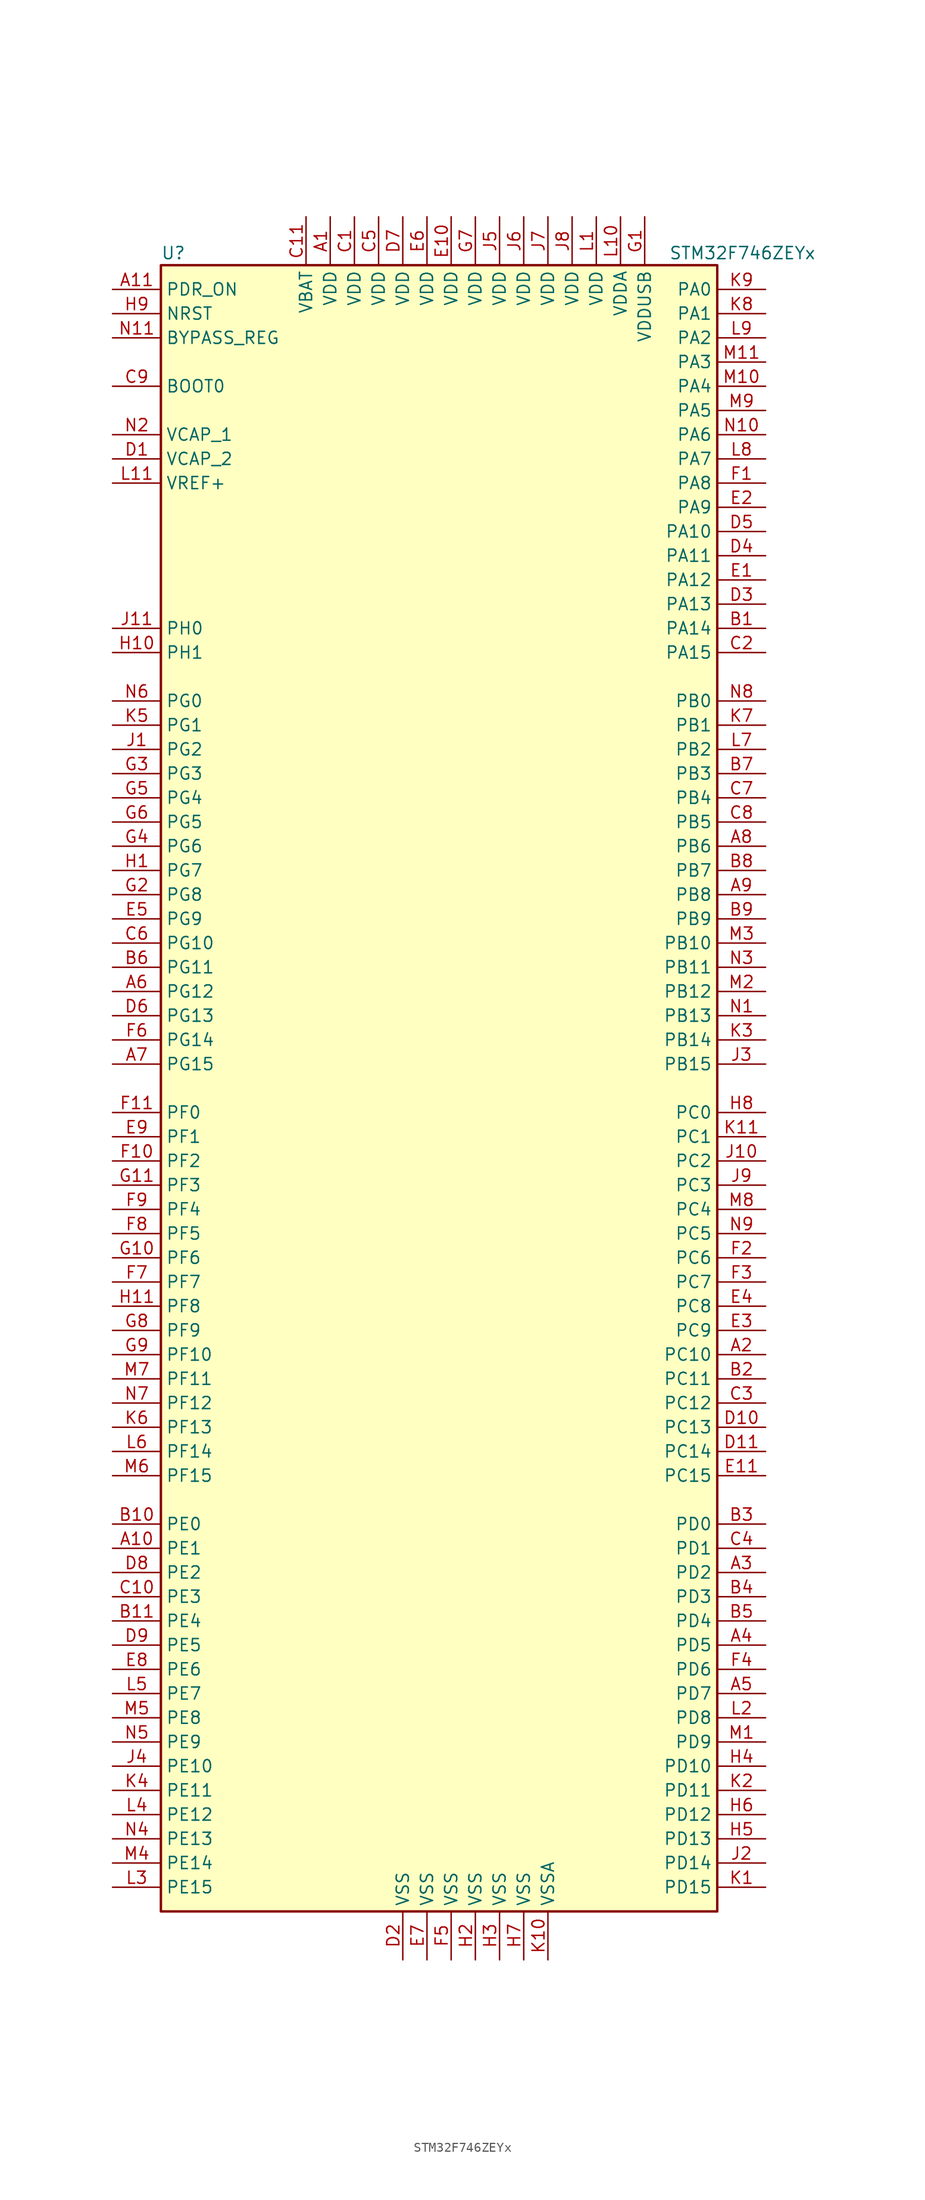
<source format=kicad_sym>
(kicad_symbol_lib
  (version 20201005)
  (generator kicad_symbol_editor)
  (symbol "STM32F746ZEYx"
    (property "Reference" "U"
      (at -30.48 87.63 0)
      (effects (font (size 1.27 1.27)) (justify left)))
    (property "Value" "STM32F746ZEYx"
      (at 22.86 87.63 0)
      (effects (font (size 1.27 1.27)) (justify left)))
    (symbol "STM32F746ZEYx_0_1"
      (rectangle (start -30.48 -86.36) (end 27.94 86.36) (stroke (width 0.254)) (fill (type background))))
    (symbol "STM32F746ZEYx_1_1"
      (pin input line (at -35.56 73.66 0) (length 5.08) (name "BOOT0" (effects (font (size 1.27 1.27)))) (number "C9" (effects (font (size 1.27 1.27)))))
      (pin input line (at -35.56 78.74 0) (length 5.08) (name "BYPASS_REG" (effects (font (size 1.27 1.27)))) (number "N11" (effects (font (size 1.27 1.27)))))
      (pin input line (at -35.56 81.28 0) (length 5.08) (name "NRST" (effects (font (size 1.27 1.27)))) (number "H9" (effects (font (size 1.27 1.27)))))
      (pin bidirectional line (at 33.02 83.82 180) (length 5.08) (name "PA0" (effects (font (size 1.27 1.27)))) (number "K9" (effects (font (size 1.27 1.27)))))
      (pin bidirectional line (at 33.02 81.28 180) (length 5.08) (name "PA1" (effects (font (size 1.27 1.27)))) (number "K8" (effects (font (size 1.27 1.27)))))
      (pin bidirectional line (at 33.02 58.42 180) (length 5.08) (name "PA10" (effects (font (size 1.27 1.27)))) (number "D5" (effects (font (size 1.27 1.27)))))
      (pin bidirectional line (at 33.02 55.88 180) (length 5.08) (name "PA11" (effects (font (size 1.27 1.27)))) (number "D4" (effects (font (size 1.27 1.27)))))
      (pin bidirectional line (at 33.02 53.34 180) (length 5.08) (name "PA12" (effects (font (size 1.27 1.27)))) (number "E1" (effects (font (size 1.27 1.27)))))
      (pin bidirectional line (at 33.02 50.8 180) (length 5.08) (name "PA13" (effects (font (size 1.27 1.27)))) (number "D3" (effects (font (size 1.27 1.27)))))
      (pin bidirectional line (at 33.02 48.26 180) (length 5.08) (name "PA14" (effects (font (size 1.27 1.27)))) (number "B1" (effects (font (size 1.27 1.27)))))
      (pin bidirectional line (at 33.02 45.72 180) (length 5.08) (name "PA15" (effects (font (size 1.27 1.27)))) (number "C2" (effects (font (size 1.27 1.27)))))
      (pin bidirectional line (at 33.02 78.74 180) (length 5.08) (name "PA2" (effects (font (size 1.27 1.27)))) (number "L9" (effects (font (size 1.27 1.27)))))
      (pin bidirectional line (at 33.02 76.2 180) (length 5.08) (name "PA3" (effects (font (size 1.27 1.27)))) (number "M11" (effects (font (size 1.27 1.27)))))
      (pin bidirectional line (at 33.02 73.66 180) (length 5.08) (name "PA4" (effects (font (size 1.27 1.27)))) (number "M10" (effects (font (size 1.27 1.27)))))
      (pin bidirectional line (at 33.02 71.12 180) (length 5.08) (name "PA5" (effects (font (size 1.27 1.27)))) (number "M9" (effects (font (size 1.27 1.27)))))
      (pin bidirectional line (at 33.02 68.58 180) (length 5.08) (name "PA6" (effects (font (size 1.27 1.27)))) (number "N10" (effects (font (size 1.27 1.27)))))
      (pin bidirectional line (at 33.02 66.04 180) (length 5.08) (name "PA7" (effects (font (size 1.27 1.27)))) (number "L8" (effects (font (size 1.27 1.27)))))
      (pin bidirectional line (at 33.02 63.5 180) (length 5.08) (name "PA8" (effects (font (size 1.27 1.27)))) (number "F1" (effects (font (size 1.27 1.27)))))
      (pin bidirectional line (at 33.02 60.96 180) (length 5.08) (name "PA9" (effects (font (size 1.27 1.27)))) (number "E2" (effects (font (size 1.27 1.27)))))
      (pin bidirectional line (at 33.02 40.64 180) (length 5.08) (name "PB0" (effects (font (size 1.27 1.27)))) (number "N8" (effects (font (size 1.27 1.27)))))
      (pin bidirectional line (at 33.02 38.1 180) (length 5.08) (name "PB1" (effects (font (size 1.27 1.27)))) (number "K7" (effects (font (size 1.27 1.27)))))
      (pin bidirectional line (at 33.02 15.24 180) (length 5.08) (name "PB10" (effects (font (size 1.27 1.27)))) (number "M3" (effects (font (size 1.27 1.27)))))
      (pin bidirectional line (at 33.02 12.7 180) (length 5.08) (name "PB11" (effects (font (size 1.27 1.27)))) (number "N3" (effects (font (size 1.27 1.27)))))
      (pin bidirectional line (at 33.02 10.16 180) (length 5.08) (name "PB12" (effects (font (size 1.27 1.27)))) (number "M2" (effects (font (size 1.27 1.27)))))
      (pin bidirectional line (at 33.02 7.62 180) (length 5.08) (name "PB13" (effects (font (size 1.27 1.27)))) (number "N1" (effects (font (size 1.27 1.27)))))
      (pin bidirectional line (at 33.02 5.08 180) (length 5.08) (name "PB14" (effects (font (size 1.27 1.27)))) (number "K3" (effects (font (size 1.27 1.27)))))
      (pin bidirectional line (at 33.02 2.54 180) (length 5.08) (name "PB15" (effects (font (size 1.27 1.27)))) (number "J3" (effects (font (size 1.27 1.27)))))
      (pin bidirectional line (at 33.02 35.56 180) (length 5.08) (name "PB2" (effects (font (size 1.27 1.27)))) (number "L7" (effects (font (size 1.27 1.27)))))
      (pin bidirectional line (at 33.02 33.02 180) (length 5.08) (name "PB3" (effects (font (size 1.27 1.27)))) (number "B7" (effects (font (size 1.27 1.27)))))
      (pin bidirectional line (at 33.02 30.48 180) (length 5.08) (name "PB4" (effects (font (size 1.27 1.27)))) (number "C7" (effects (font (size 1.27 1.27)))))
      (pin bidirectional line (at 33.02 27.94 180) (length 5.08) (name "PB5" (effects (font (size 1.27 1.27)))) (number "C8" (effects (font (size 1.27 1.27)))))
      (pin bidirectional line (at 33.02 25.4 180) (length 5.08) (name "PB6" (effects (font (size 1.27 1.27)))) (number "A8" (effects (font (size 1.27 1.27)))))
      (pin bidirectional line (at 33.02 22.86 180) (length 5.08) (name "PB7" (effects (font (size 1.27 1.27)))) (number "B8" (effects (font (size 1.27 1.27)))))
      (pin bidirectional line (at 33.02 20.32 180) (length 5.08) (name "PB8" (effects (font (size 1.27 1.27)))) (number "A9" (effects (font (size 1.27 1.27)))))
      (pin bidirectional line (at 33.02 17.78 180) (length 5.08) (name "PB9" (effects (font (size 1.27 1.27)))) (number "B9" (effects (font (size 1.27 1.27)))))
      (pin bidirectional line (at 33.02 -2.54 180) (length 5.08) (name "PC0" (effects (font (size 1.27 1.27)))) (number "H8" (effects (font (size 1.27 1.27)))))
      (pin bidirectional line (at 33.02 -5.08 180) (length 5.08) (name "PC1" (effects (font (size 1.27 1.27)))) (number "K11" (effects (font (size 1.27 1.27)))))
      (pin bidirectional line (at 33.02 -27.94 180) (length 5.08) (name "PC10" (effects (font (size 1.27 1.27)))) (number "A2" (effects (font (size 1.27 1.27)))))
      (pin bidirectional line (at 33.02 -30.48 180) (length 5.08) (name "PC11" (effects (font (size 1.27 1.27)))) (number "B2" (effects (font (size 1.27 1.27)))))
      (pin bidirectional line (at 33.02 -33.02 180) (length 5.08) (name "PC12" (effects (font (size 1.27 1.27)))) (number "C3" (effects (font (size 1.27 1.27)))))
      (pin bidirectional line (at 33.02 -35.56 180) (length 5.08) (name "PC13" (effects (font (size 1.27 1.27)))) (number "D10" (effects (font (size 1.27 1.27)))))
      (pin bidirectional line (at 33.02 -38.1 180) (length 5.08) (name "PC14" (effects (font (size 1.27 1.27)))) (number "D11" (effects (font (size 1.27 1.27)))))
      (pin bidirectional line (at 33.02 -40.64 180) (length 5.08) (name "PC15" (effects (font (size 1.27 1.27)))) (number "E11" (effects (font (size 1.27 1.27)))))
      (pin bidirectional line (at 33.02 -7.62 180) (length 5.08) (name "PC2" (effects (font (size 1.27 1.27)))) (number "J10" (effects (font (size 1.27 1.27)))))
      (pin bidirectional line (at 33.02 -10.16 180) (length 5.08) (name "PC3" (effects (font (size 1.27 1.27)))) (number "J9" (effects (font (size 1.27 1.27)))))
      (pin bidirectional line (at 33.02 -12.7 180) (length 5.08) (name "PC4" (effects (font (size 1.27 1.27)))) (number "M8" (effects (font (size 1.27 1.27)))))
      (pin bidirectional line (at 33.02 -15.24 180) (length 5.08) (name "PC5" (effects (font (size 1.27 1.27)))) (number "N9" (effects (font (size 1.27 1.27)))))
      (pin bidirectional line (at 33.02 -17.78 180) (length 5.08) (name "PC6" (effects (font (size 1.27 1.27)))) (number "F2" (effects (font (size 1.27 1.27)))))
      (pin bidirectional line (at 33.02 -20.32 180) (length 5.08) (name "PC7" (effects (font (size 1.27 1.27)))) (number "F3" (effects (font (size 1.27 1.27)))))
      (pin bidirectional line (at 33.02 -22.86 180) (length 5.08) (name "PC8" (effects (font (size 1.27 1.27)))) (number "E4" (effects (font (size 1.27 1.27)))))
      (pin bidirectional line (at 33.02 -25.4 180) (length 5.08) (name "PC9" (effects (font (size 1.27 1.27)))) (number "E3" (effects (font (size 1.27 1.27)))))
      (pin bidirectional line (at 33.02 -45.72 180) (length 5.08) (name "PD0" (effects (font (size 1.27 1.27)))) (number "B3" (effects (font (size 1.27 1.27)))))
      (pin bidirectional line (at 33.02 -48.26 180) (length 5.08) (name "PD1" (effects (font (size 1.27 1.27)))) (number "C4" (effects (font (size 1.27 1.27)))))
      (pin bidirectional line (at 33.02 -71.12 180) (length 5.08) (name "PD10" (effects (font (size 1.27 1.27)))) (number "H4" (effects (font (size 1.27 1.27)))))
      (pin bidirectional line (at 33.02 -73.66 180) (length 5.08) (name "PD11" (effects (font (size 1.27 1.27)))) (number "K2" (effects (font (size 1.27 1.27)))))
      (pin bidirectional line (at 33.02 -76.2 180) (length 5.08) (name "PD12" (effects (font (size 1.27 1.27)))) (number "H6" (effects (font (size 1.27 1.27)))))
      (pin bidirectional line (at 33.02 -78.74 180) (length 5.08) (name "PD13" (effects (font (size 1.27 1.27)))) (number "H5" (effects (font (size 1.27 1.27)))))
      (pin bidirectional line (at 33.02 -81.28 180) (length 5.08) (name "PD14" (effects (font (size 1.27 1.27)))) (number "J2" (effects (font (size 1.27 1.27)))))
      (pin bidirectional line (at 33.02 -83.82 180) (length 5.08) (name "PD15" (effects (font (size 1.27 1.27)))) (number "K1" (effects (font (size 1.27 1.27)))))
      (pin bidirectional line (at 33.02 -50.8 180) (length 5.08) (name "PD2" (effects (font (size 1.27 1.27)))) (number "A3" (effects (font (size 1.27 1.27)))))
      (pin bidirectional line (at 33.02 -53.34 180) (length 5.08) (name "PD3" (effects (font (size 1.27 1.27)))) (number "B4" (effects (font (size 1.27 1.27)))))
      (pin bidirectional line (at 33.02 -55.88 180) (length 5.08) (name "PD4" (effects (font (size 1.27 1.27)))) (number "B5" (effects (font (size 1.27 1.27)))))
      (pin bidirectional line (at 33.02 -58.42 180) (length 5.08) (name "PD5" (effects (font (size 1.27 1.27)))) (number "A4" (effects (font (size 1.27 1.27)))))
      (pin bidirectional line (at 33.02 -60.96 180) (length 5.08) (name "PD6" (effects (font (size 1.27 1.27)))) (number "F4" (effects (font (size 1.27 1.27)))))
      (pin bidirectional line (at 33.02 -63.5 180) (length 5.08) (name "PD7" (effects (font (size 1.27 1.27)))) (number "A5" (effects (font (size 1.27 1.27)))))
      (pin bidirectional line (at 33.02 -66.04 180) (length 5.08) (name "PD8" (effects (font (size 1.27 1.27)))) (number "L2" (effects (font (size 1.27 1.27)))))
      (pin bidirectional line (at 33.02 -68.58 180) (length 5.08) (name "PD9" (effects (font (size 1.27 1.27)))) (number "M1" (effects (font (size 1.27 1.27)))))
      (pin input line (at -35.56 83.82 0) (length 5.08) (name "PDR_ON" (effects (font (size 1.27 1.27)))) (number "A11" (effects (font (size 1.27 1.27)))))
      (pin bidirectional line (at -35.56 -45.72 0) (length 5.08) (name "PE0" (effects (font (size 1.27 1.27)))) (number "B10" (effects (font (size 1.27 1.27)))))
      (pin bidirectional line (at -35.56 -48.26 0) (length 5.08) (name "PE1" (effects (font (size 1.27 1.27)))) (number "A10" (effects (font (size 1.27 1.27)))))
      (pin bidirectional line (at -35.56 -71.12 0) (length 5.08) (name "PE10" (effects (font (size 1.27 1.27)))) (number "J4" (effects (font (size 1.27 1.27)))))
      (pin bidirectional line (at -35.56 -73.66 0) (length 5.08) (name "PE11" (effects (font (size 1.27 1.27)))) (number "K4" (effects (font (size 1.27 1.27)))))
      (pin bidirectional line (at -35.56 -76.2 0) (length 5.08) (name "PE12" (effects (font (size 1.27 1.27)))) (number "L4" (effects (font (size 1.27 1.27)))))
      (pin bidirectional line (at -35.56 -78.74 0) (length 5.08) (name "PE13" (effects (font (size 1.27 1.27)))) (number "N4" (effects (font (size 1.27 1.27)))))
      (pin bidirectional line (at -35.56 -81.28 0) (length 5.08) (name "PE14" (effects (font (size 1.27 1.27)))) (number "M4" (effects (font (size 1.27 1.27)))))
      (pin bidirectional line (at -35.56 -83.82 0) (length 5.08) (name "PE15" (effects (font (size 1.27 1.27)))) (number "L3" (effects (font (size 1.27 1.27)))))
      (pin bidirectional line (at -35.56 -50.8 0) (length 5.08) (name "PE2" (effects (font (size 1.27 1.27)))) (number "D8" (effects (font (size 1.27 1.27)))))
      (pin bidirectional line (at -35.56 -53.34 0) (length 5.08) (name "PE3" (effects (font (size 1.27 1.27)))) (number "C10" (effects (font (size 1.27 1.27)))))
      (pin bidirectional line (at -35.56 -55.88 0) (length 5.08) (name "PE4" (effects (font (size 1.27 1.27)))) (number "B11" (effects (font (size 1.27 1.27)))))
      (pin bidirectional line (at -35.56 -58.42 0) (length 5.08) (name "PE5" (effects (font (size 1.27 1.27)))) (number "D9" (effects (font (size 1.27 1.27)))))
      (pin bidirectional line (at -35.56 -60.96 0) (length 5.08) (name "PE6" (effects (font (size 1.27 1.27)))) (number "E8" (effects (font (size 1.27 1.27)))))
      (pin bidirectional line (at -35.56 -63.5 0) (length 5.08) (name "PE7" (effects (font (size 1.27 1.27)))) (number "L5" (effects (font (size 1.27 1.27)))))
      (pin bidirectional line (at -35.56 -66.04 0) (length 5.08) (name "PE8" (effects (font (size 1.27 1.27)))) (number "M5" (effects (font (size 1.27 1.27)))))
      (pin bidirectional line (at -35.56 -68.58 0) (length 5.08) (name "PE9" (effects (font (size 1.27 1.27)))) (number "N5" (effects (font (size 1.27 1.27)))))
      (pin bidirectional line (at -35.56 -2.54 0) (length 5.08) (name "PF0" (effects (font (size 1.27 1.27)))) (number "F11" (effects (font (size 1.27 1.27)))))
      (pin bidirectional line (at -35.56 -5.08 0) (length 5.08) (name "PF1" (effects (font (size 1.27 1.27)))) (number "E9" (effects (font (size 1.27 1.27)))))
      (pin bidirectional line (at -35.56 -27.94 0) (length 5.08) (name "PF10" (effects (font (size 1.27 1.27)))) (number "G9" (effects (font (size 1.27 1.27)))))
      (pin bidirectional line (at -35.56 -30.48 0) (length 5.08) (name "PF11" (effects (font (size 1.27 1.27)))) (number "M7" (effects (font (size 1.27 1.27)))))
      (pin bidirectional line (at -35.56 -33.02 0) (length 5.08) (name "PF12" (effects (font (size 1.27 1.27)))) (number "N7" (effects (font (size 1.27 1.27)))))
      (pin bidirectional line (at -35.56 -35.56 0) (length 5.08) (name "PF13" (effects (font (size 1.27 1.27)))) (number "K6" (effects (font (size 1.27 1.27)))))
      (pin bidirectional line (at -35.56 -38.1 0) (length 5.08) (name "PF14" (effects (font (size 1.27 1.27)))) (number "L6" (effects (font (size 1.27 1.27)))))
      (pin bidirectional line (at -35.56 -40.64 0) (length 5.08) (name "PF15" (effects (font (size 1.27 1.27)))) (number "M6" (effects (font (size 1.27 1.27)))))
      (pin bidirectional line (at -35.56 -7.62 0) (length 5.08) (name "PF2" (effects (font (size 1.27 1.27)))) (number "F10" (effects (font (size 1.27 1.27)))))
      (pin bidirectional line (at -35.56 -10.16 0) (length 5.08) (name "PF3" (effects (font (size 1.27 1.27)))) (number "G11" (effects (font (size 1.27 1.27)))))
      (pin bidirectional line (at -35.56 -12.7 0) (length 5.08) (name "PF4" (effects (font (size 1.27 1.27)))) (number "F9" (effects (font (size 1.27 1.27)))))
      (pin bidirectional line (at -35.56 -15.24 0) (length 5.08) (name "PF5" (effects (font (size 1.27 1.27)))) (number "F8" (effects (font (size 1.27 1.27)))))
      (pin bidirectional line (at -35.56 -17.78 0) (length 5.08) (name "PF6" (effects (font (size 1.27 1.27)))) (number "G10" (effects (font (size 1.27 1.27)))))
      (pin bidirectional line (at -35.56 -20.32 0) (length 5.08) (name "PF7" (effects (font (size 1.27 1.27)))) (number "F7" (effects (font (size 1.27 1.27)))))
      (pin bidirectional line (at -35.56 -22.86 0) (length 5.08) (name "PF8" (effects (font (size 1.27 1.27)))) (number "H11" (effects (font (size 1.27 1.27)))))
      (pin bidirectional line (at -35.56 -25.4 0) (length 5.08) (name "PF9" (effects (font (size 1.27 1.27)))) (number "G8" (effects (font (size 1.27 1.27)))))
      (pin bidirectional line (at -35.56 40.64 0) (length 5.08) (name "PG0" (effects (font (size 1.27 1.27)))) (number "N6" (effects (font (size 1.27 1.27)))))
      (pin bidirectional line (at -35.56 38.1 0) (length 5.08) (name "PG1" (effects (font (size 1.27 1.27)))) (number "K5" (effects (font (size 1.27 1.27)))))
      (pin bidirectional line (at -35.56 15.24 0) (length 5.08) (name "PG10" (effects (font (size 1.27 1.27)))) (number "C6" (effects (font (size 1.27 1.27)))))
      (pin bidirectional line (at -35.56 12.7 0) (length 5.08) (name "PG11" (effects (font (size 1.27 1.27)))) (number "B6" (effects (font (size 1.27 1.27)))))
      (pin bidirectional line (at -35.56 10.16 0) (length 5.08) (name "PG12" (effects (font (size 1.27 1.27)))) (number "A6" (effects (font (size 1.27 1.27)))))
      (pin bidirectional line (at -35.56 7.62 0) (length 5.08) (name "PG13" (effects (font (size 1.27 1.27)))) (number "D6" (effects (font (size 1.27 1.27)))))
      (pin bidirectional line (at -35.56 5.08 0) (length 5.08) (name "PG14" (effects (font (size 1.27 1.27)))) (number "F6" (effects (font (size 1.27 1.27)))))
      (pin bidirectional line (at -35.56 2.54 0) (length 5.08) (name "PG15" (effects (font (size 1.27 1.27)))) (number "A7" (effects (font (size 1.27 1.27)))))
      (pin bidirectional line (at -35.56 35.56 0) (length 5.08) (name "PG2" (effects (font (size 1.27 1.27)))) (number "J1" (effects (font (size 1.27 1.27)))))
      (pin bidirectional line (at -35.56 33.02 0) (length 5.08) (name "PG3" (effects (font (size 1.27 1.27)))) (number "G3" (effects (font (size 1.27 1.27)))))
      (pin bidirectional line (at -35.56 30.48 0) (length 5.08) (name "PG4" (effects (font (size 1.27 1.27)))) (number "G5" (effects (font (size 1.27 1.27)))))
      (pin bidirectional line (at -35.56 27.94 0) (length 5.08) (name "PG5" (effects (font (size 1.27 1.27)))) (number "G6" (effects (font (size 1.27 1.27)))))
      (pin bidirectional line (at -35.56 25.4 0) (length 5.08) (name "PG6" (effects (font (size 1.27 1.27)))) (number "G4" (effects (font (size 1.27 1.27)))))
      (pin bidirectional line (at -35.56 22.86 0) (length 5.08) (name "PG7" (effects (font (size 1.27 1.27)))) (number "H1" (effects (font (size 1.27 1.27)))))
      (pin bidirectional line (at -35.56 20.32 0) (length 5.08) (name "PG8" (effects (font (size 1.27 1.27)))) (number "G2" (effects (font (size 1.27 1.27)))))
      (pin bidirectional line (at -35.56 17.78 0) (length 5.08) (name "PG9" (effects (font (size 1.27 1.27)))) (number "E5" (effects (font (size 1.27 1.27)))))
      (pin input line (at -35.56 48.26 0) (length 5.08) (name "PH0" (effects (font (size 1.27 1.27)))) (number "J11" (effects (font (size 1.27 1.27)))))
      (pin input line (at -35.56 45.72 0) (length 5.08) (name "PH1" (effects (font (size 1.27 1.27)))) (number "H10" (effects (font (size 1.27 1.27)))))
      (pin power_in line (at -15.24 91.44 270) (length 5.08) (name "VBAT" (effects (font (size 1.27 1.27)))) (number "C11" (effects (font (size 1.27 1.27)))))
      (pin power_in line (at -35.56 68.58 0) (length 5.08) (name "VCAP_1" (effects (font (size 1.27 1.27)))) (number "N2" (effects (font (size 1.27 1.27)))))
      (pin power_in line (at -35.56 66.04 0) (length 5.08) (name "VCAP_2" (effects (font (size 1.27 1.27)))) (number "D1" (effects (font (size 1.27 1.27)))))
      (pin power_in line (at -12.7 91.44 270) (length 5.08) (name "VDD" (effects (font (size 1.27 1.27)))) (number "A1" (effects (font (size 1.27 1.27)))))
      (pin power_in line (at -10.16 91.44 270) (length 5.08) (name "VDD" (effects (font (size 1.27 1.27)))) (number "C1" (effects (font (size 1.27 1.27)))))
      (pin power_in line (at -7.62 91.44 270) (length 5.08) (name "VDD" (effects (font (size 1.27 1.27)))) (number "C5" (effects (font (size 1.27 1.27)))))
      (pin power_in line (at -5.08 91.44 270) (length 5.08) (name "VDD" (effects (font (size 1.27 1.27)))) (number "D7" (effects (font (size 1.27 1.27)))))
      (pin power_in line (at 0 91.44 270) (length 5.08) (name "VDD" (effects (font (size 1.27 1.27)))) (number "E10" (effects (font (size 1.27 1.27)))))
      (pin power_in line (at -2.54 91.44 270) (length 5.08) (name "VDD" (effects (font (size 1.27 1.27)))) (number "E6" (effects (font (size 1.27 1.27)))))
      (pin power_in line (at 2.54 91.44 270) (length 5.08) (name "VDD" (effects (font (size 1.27 1.27)))) (number "G7" (effects (font (size 1.27 1.27)))))
      (pin power_in line (at 5.08 91.44 270) (length 5.08) (name "VDD" (effects (font (size 1.27 1.27)))) (number "J5" (effects (font (size 1.27 1.27)))))
      (pin power_in line (at 7.62 91.44 270) (length 5.08) (name "VDD" (effects (font (size 1.27 1.27)))) (number "J6" (effects (font (size 1.27 1.27)))))
      (pin power_in line (at 10.16 91.44 270) (length 5.08) (name "VDD" (effects (font (size 1.27 1.27)))) (number "J7" (effects (font (size 1.27 1.27)))))
      (pin power_in line (at 12.7 91.44 270) (length 5.08) (name "VDD" (effects (font (size 1.27 1.27)))) (number "J8" (effects (font (size 1.27 1.27)))))
      (pin power_in line (at 15.24 91.44 270) (length 5.08) (name "VDD" (effects (font (size 1.27 1.27)))) (number "L1" (effects (font (size 1.27 1.27)))))
      (pin power_in line (at 17.78 91.44 270) (length 5.08) (name "VDDA" (effects (font (size 1.27 1.27)))) (number "L10" (effects (font (size 1.27 1.27)))))
      (pin power_in line (at 20.32 91.44 270) (length 5.08) (name "VDDUSB" (effects (font (size 1.27 1.27)))) (number "G1" (effects (font (size 1.27 1.27)))))
      (pin power_in line (at -35.56 63.5 0) (length 5.08) (name "VREF+" (effects (font (size 1.27 1.27)))) (number "L11" (effects (font (size 1.27 1.27)))))
      (pin power_in line (at -5.08 -91.44 90) (length 5.08) (name "VSS" (effects (font (size 1.27 1.27)))) (number "D2" (effects (font (size 1.27 1.27)))))
      (pin power_in line (at -2.54 -91.44 90) (length 5.08) (name "VSS" (effects (font (size 1.27 1.27)))) (number "E7" (effects (font (size 1.27 1.27)))))
      (pin power_in line (at 0 -91.44 90) (length 5.08) (name "VSS" (effects (font (size 1.27 1.27)))) (number "F5" (effects (font (size 1.27 1.27)))))
      (pin power_in line (at 2.54 -91.44 90) (length 5.08) (name "VSS" (effects (font (size 1.27 1.27)))) (number "H2" (effects (font (size 1.27 1.27)))))
      (pin power_in line (at 5.08 -91.44 90) (length 5.08) (name "VSS" (effects (font (size 1.27 1.27)))) (number "H3" (effects (font (size 1.27 1.27)))))
      (pin power_in line (at 7.62 -91.44 90) (length 5.08) (name "VSS" (effects (font (size 1.27 1.27)))) (number "H7" (effects (font (size 1.27 1.27)))))
      (pin power_in line (at 10.16 -91.44 90) (length 5.08) (name "VSSA" (effects (font (size 1.27 1.27)))) (number "K10" (effects (font (size 1.27 1.27))))))))
</source>
